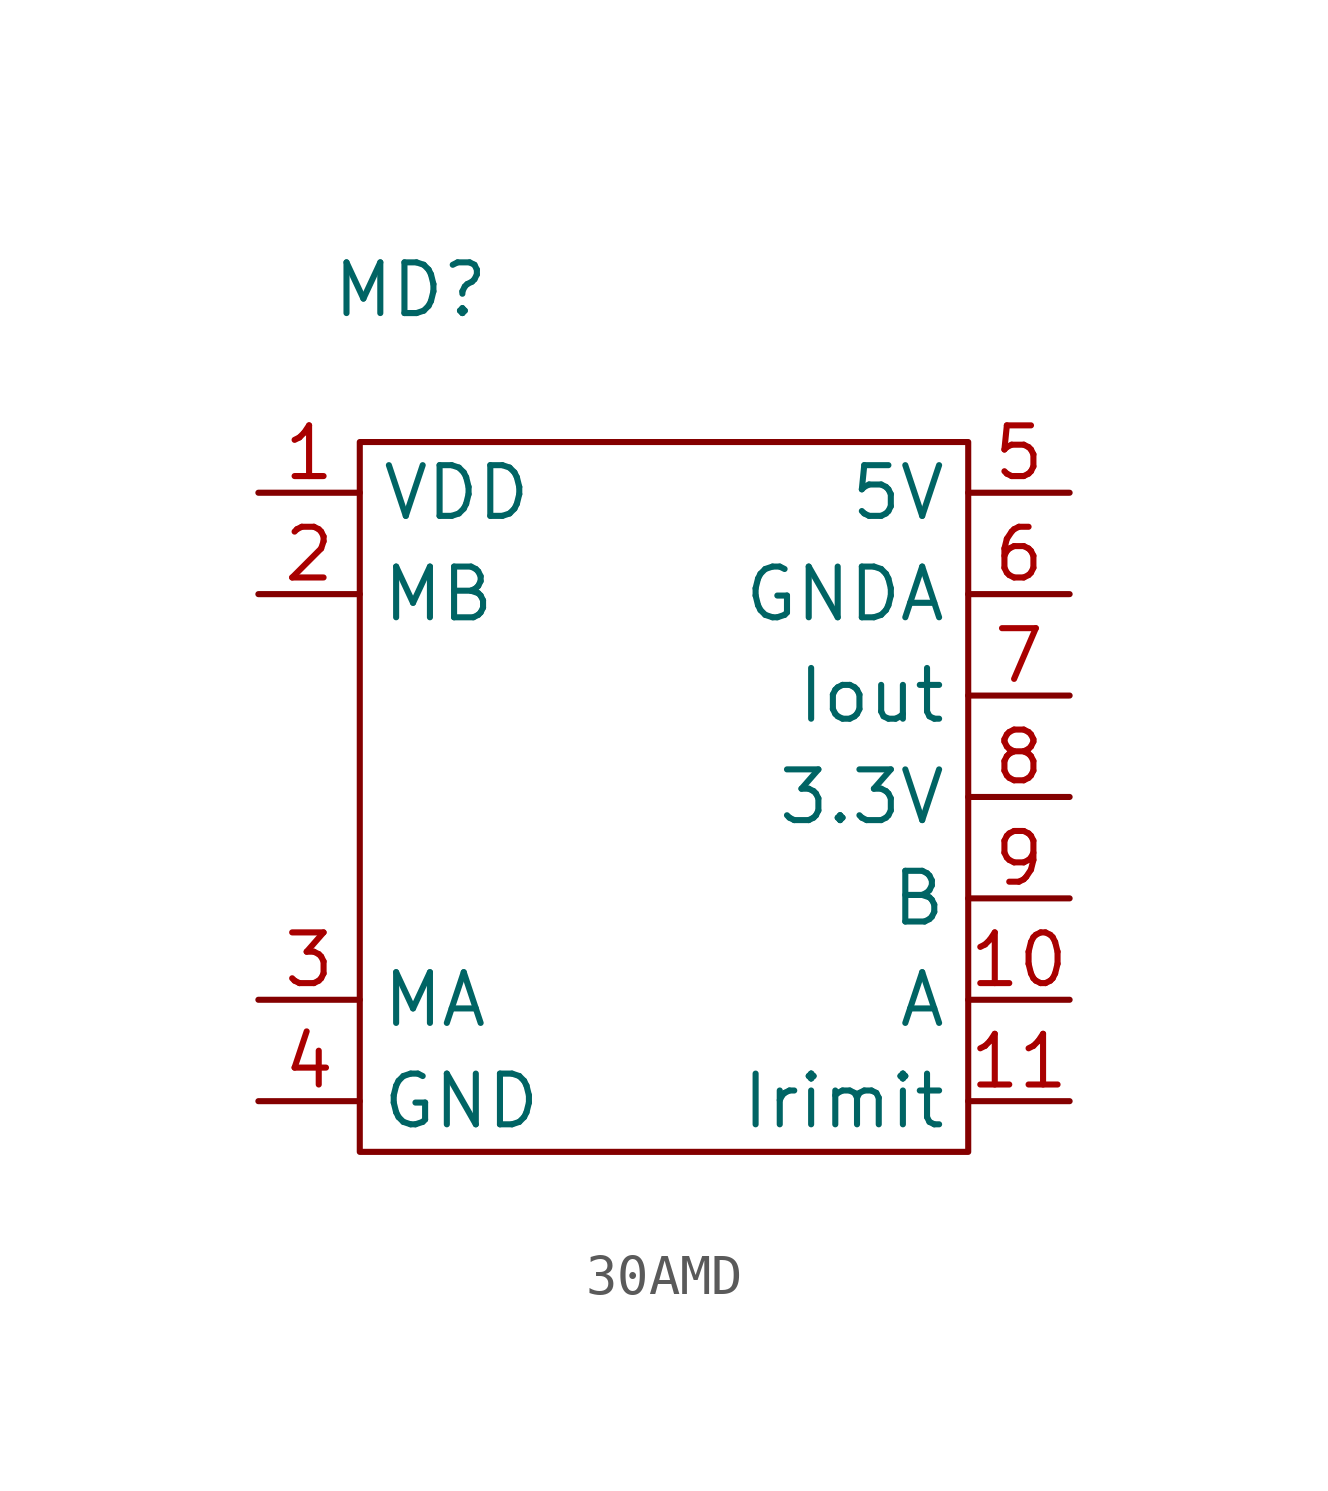
<source format=kicad_sym>
(kicad_symbol_lib
  (version 20220914)
  (generator kicad_symbol_editor)
  (symbol "30AMD"
    (property "Reference" "MD"
      (at -6.35 10.16 0)
      (effects (font (size 1.27 1.27))))
    (property "Value" ""
      (at -6.35 10.16 0)
      (effects (font (size 1.27 1.27))))
    (symbol "30AMD_0_1"
      (rectangle (start -7.62 6.35) (end 7.62 -11.43) (stroke (width 0) (type default)) (fill (type none))))
    (symbol "30AMD_1_1"
      (pin power_in line (at -10.16 5.08 0) (length 2.54) (name "VDD" (effects (font (size 1.27 1.27)))) (number "1" (effects (font (size 1.27 1.27)))))
      (pin input line (at 10.16 -7.62 180) (length 2.54) (name "A" (effects (font (size 1.27 1.27)))) (number "10" (effects (font (size 1.27 1.27)))))
      (pin output line (at 10.16 -10.16 180) (length 2.54) (name "Irimit" (effects (font (size 1.27 1.27)))) (number "11" (effects (font (size 1.27 1.27)))))
      (pin power_out line (at -10.16 2.54 0) (length 2.54) (name "MB" (effects (font (size 1.27 1.27)))) (number "2" (effects (font (size 1.27 1.27)))))
      (pin output line (at -10.16 -7.62 0) (length 2.54) (name "MA" (effects (font (size 1.27 1.27)))) (number "3" (effects (font (size 1.27 1.27)))))
      (pin power_in line (at -10.16 -10.16 0) (length 2.54) (name "GND" (effects (font (size 1.27 1.27)))) (number "4" (effects (font (size 1.27 1.27)))))
      (pin power_in line (at 10.16 5.08 180) (length 2.54) (name "5V" (effects (font (size 1.27 1.27)))) (number "5" (effects (font (size 1.27 1.27)))))
      (pin power_in line (at 10.16 2.54 180) (length 2.54) (name "GNDA" (effects (font (size 1.27 1.27)))) (number "6" (effects (font (size 1.27 1.27)))))
      (pin output line (at 10.16 0 180) (length 2.54) (name "Iout" (effects (font (size 1.27 1.27)))) (number "7" (effects (font (size 1.27 1.27)))))
      (pin power_in line (at 10.16 -2.54 180) (length 2.54) (name "3.3V" (effects (font (size 1.27 1.27)))) (number "8" (effects (font (size 1.27 1.27)))))
      (pin input line (at 10.16 -5.08 180) (length 2.54) (name "B" (effects (font (size 1.27 1.27)))) (number "9" (effects (font (size 1.27 1.27))))))))
</source>
